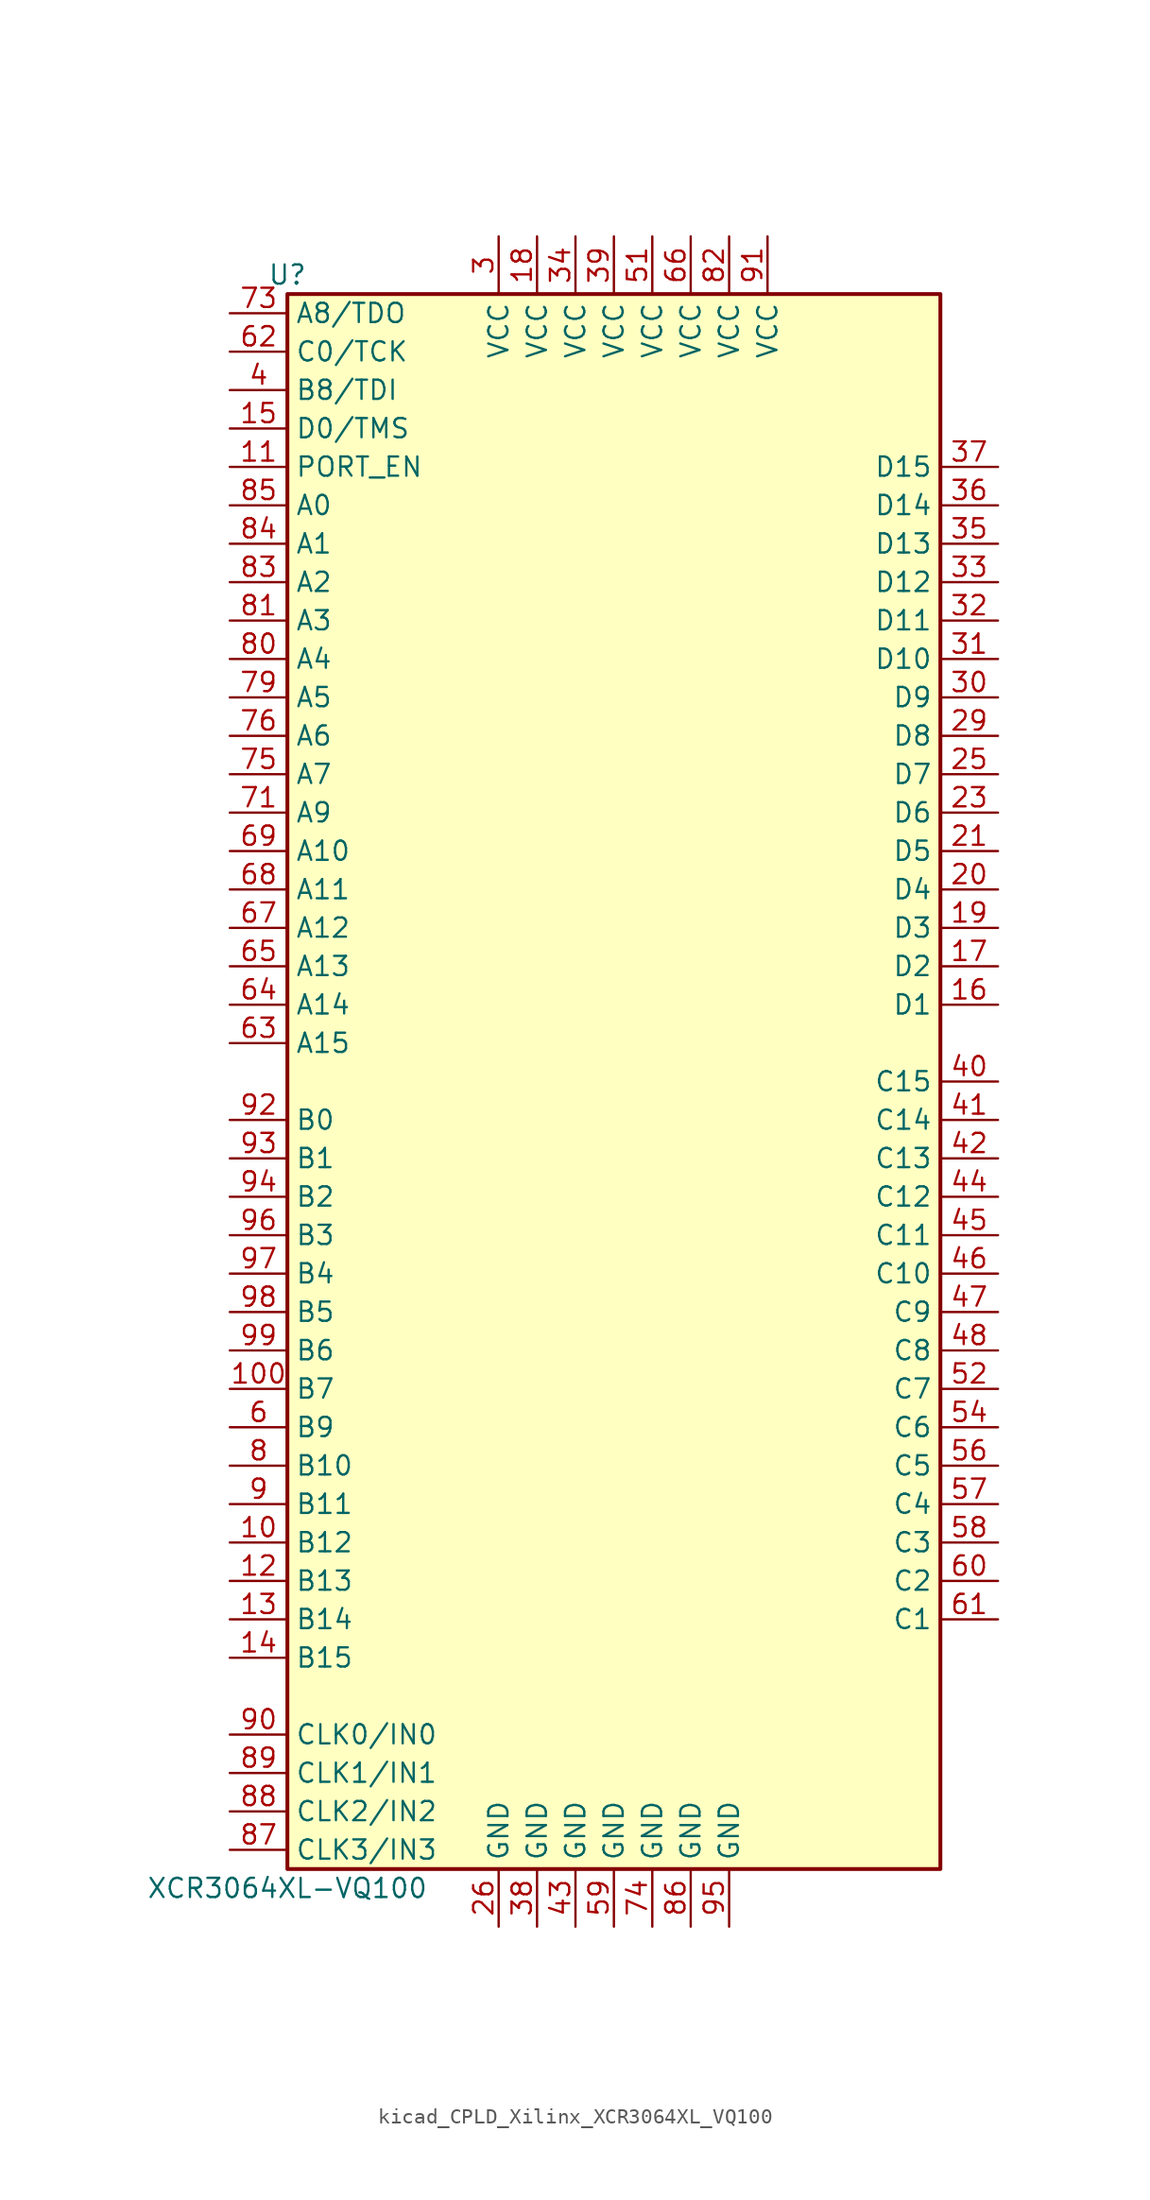
<source format=kicad_sym>
(kicad_symbol_lib
  (version 20220914)
  (generator kicad_symbol_editor)
  (symbol "kicad_CPLD_Xilinx_XCR3064XL_VQ100"
    (property "Reference" "U"
      (at -21.59 53.34 0)
      (effects (font (size 1.27 1.27))))
    (property "Value" "XCR3064XL-VQ100"
      (at -21.59 -53.34 0)
      (effects (font (size 1.27 1.27))))
    (symbol "kicad_CPLD_Xilinx_XCR3064XL_VQ100_1_1"
      (rectangle (start -21.59 52.07) (end 21.59 -52.07) (stroke (width 0.254) (type default)) (fill (type background)))
      (pin passive line (at -25.4 -30.48 0) (length 3.81) (name "B12" (effects (font (size 1.27 1.27)))) (number "10" (effects (font (size 1.27 1.27)))))
      (pin passive line (at -25.4 -20.32 0) (length 3.81) (name "B7" (effects (font (size 1.27 1.27)))) (number "100" (effects (font (size 1.27 1.27)))))
      (pin passive line (at -25.4 40.64 0) (length 3.81) (name "PORT_EN" (effects (font (size 1.27 1.27)))) (number "11" (effects (font (size 1.27 1.27)))))
      (pin passive line (at -25.4 -33.02 0) (length 3.81) (name "B13" (effects (font (size 1.27 1.27)))) (number "12" (effects (font (size 1.27 1.27)))))
      (pin passive line (at -25.4 -35.56 0) (length 3.81) (name "B14" (effects (font (size 1.27 1.27)))) (number "13" (effects (font (size 1.27 1.27)))))
      (pin passive line (at -25.4 -38.1 0) (length 3.81) (name "B15" (effects (font (size 1.27 1.27)))) (number "14" (effects (font (size 1.27 1.27)))))
      (pin passive line (at -25.4 43.18 0) (length 3.81) (name "D0/TMS" (effects (font (size 1.27 1.27)))) (number "15" (effects (font (size 1.27 1.27)))))
      (pin passive line (at 25.4 5.08 180) (length 3.81) (name "D1" (effects (font (size 1.27 1.27)))) (number "16" (effects (font (size 1.27 1.27)))))
      (pin passive line (at 25.4 7.62 180) (length 3.81) (name "D2" (effects (font (size 1.27 1.27)))) (number "17" (effects (font (size 1.27 1.27)))))
      (pin power_in line (at -5.08 55.88 270) (length 3.81) (name "VCC" (effects (font (size 1.27 1.27)))) (number "18" (effects (font (size 1.27 1.27)))))
      (pin passive line (at 25.4 10.16 180) (length 3.81) (name "D3" (effects (font (size 1.27 1.27)))) (number "19" (effects (font (size 1.27 1.27)))))
      (pin passive line (at 25.4 12.7 180) (length 3.81) (name "D4" (effects (font (size 1.27 1.27)))) (number "20" (effects (font (size 1.27 1.27)))))
      (pin passive line (at 25.4 15.24 180) (length 3.81) (name "D5" (effects (font (size 1.27 1.27)))) (number "21" (effects (font (size 1.27 1.27)))))
      (pin passive line (at 25.4 17.78 180) (length 3.81) (name "D6" (effects (font (size 1.27 1.27)))) (number "23" (effects (font (size 1.27 1.27)))))
      (pin passive line (at 25.4 20.32 180) (length 3.81) (name "D7" (effects (font (size 1.27 1.27)))) (number "25" (effects (font (size 1.27 1.27)))))
      (pin power_in line (at -7.62 -55.88 90) (length 3.81) (name "GND" (effects (font (size 1.27 1.27)))) (number "26" (effects (font (size 1.27 1.27)))))
      (pin passive line (at 25.4 22.86 180) (length 3.81) (name "D8" (effects (font (size 1.27 1.27)))) (number "29" (effects (font (size 1.27 1.27)))))
      (pin power_in line (at -7.62 55.88 270) (length 3.81) (name "VCC" (effects (font (size 1.27 1.27)))) (number "3" (effects (font (size 1.27 1.27)))))
      (pin passive line (at 25.4 25.4 180) (length 3.81) (name "D9" (effects (font (size 1.27 1.27)))) (number "30" (effects (font (size 1.27 1.27)))))
      (pin passive line (at 25.4 27.94 180) (length 3.81) (name "D10" (effects (font (size 1.27 1.27)))) (number "31" (effects (font (size 1.27 1.27)))))
      (pin passive line (at 25.4 30.48 180) (length 3.81) (name "D11" (effects (font (size 1.27 1.27)))) (number "32" (effects (font (size 1.27 1.27)))))
      (pin passive line (at 25.4 33.02 180) (length 3.81) (name "D12" (effects (font (size 1.27 1.27)))) (number "33" (effects (font (size 1.27 1.27)))))
      (pin power_in line (at -2.54 55.88 270) (length 3.81) (name "VCC" (effects (font (size 1.27 1.27)))) (number "34" (effects (font (size 1.27 1.27)))))
      (pin passive line (at 25.4 35.56 180) (length 3.81) (name "D13" (effects (font (size 1.27 1.27)))) (number "35" (effects (font (size 1.27 1.27)))))
      (pin passive line (at 25.4 38.1 180) (length 3.81) (name "D14" (effects (font (size 1.27 1.27)))) (number "36" (effects (font (size 1.27 1.27)))))
      (pin passive line (at 25.4 40.64 180) (length 3.81) (name "D15" (effects (font (size 1.27 1.27)))) (number "37" (effects (font (size 1.27 1.27)))))
      (pin power_in line (at -5.08 -55.88 90) (length 3.81) (name "GND" (effects (font (size 1.27 1.27)))) (number "38" (effects (font (size 1.27 1.27)))))
      (pin power_in line (at 0 55.88 270) (length 3.81) (name "VCC" (effects (font (size 1.27 1.27)))) (number "39" (effects (font (size 1.27 1.27)))))
      (pin passive line (at -25.4 45.72 0) (length 3.81) (name "B8/TDI" (effects (font (size 1.27 1.27)))) (number "4" (effects (font (size 1.27 1.27)))))
      (pin passive line (at 25.4 0 180) (length 3.81) (name "C15" (effects (font (size 1.27 1.27)))) (number "40" (effects (font (size 1.27 1.27)))))
      (pin passive line (at 25.4 -2.54 180) (length 3.81) (name "C14" (effects (font (size 1.27 1.27)))) (number "41" (effects (font (size 1.27 1.27)))))
      (pin passive line (at 25.4 -5.08 180) (length 3.81) (name "C13" (effects (font (size 1.27 1.27)))) (number "42" (effects (font (size 1.27 1.27)))))
      (pin power_in line (at -2.54 -55.88 90) (length 3.81) (name "GND" (effects (font (size 1.27 1.27)))) (number "43" (effects (font (size 1.27 1.27)))))
      (pin passive line (at 25.4 -7.62 180) (length 3.81) (name "C12" (effects (font (size 1.27 1.27)))) (number "44" (effects (font (size 1.27 1.27)))))
      (pin passive line (at 25.4 -10.16 180) (length 3.81) (name "C11" (effects (font (size 1.27 1.27)))) (number "45" (effects (font (size 1.27 1.27)))))
      (pin passive line (at 25.4 -12.7 180) (length 3.81) (name "C10" (effects (font (size 1.27 1.27)))) (number "46" (effects (font (size 1.27 1.27)))))
      (pin passive line (at 25.4 -15.24 180) (length 3.81) (name "C9" (effects (font (size 1.27 1.27)))) (number "47" (effects (font (size 1.27 1.27)))))
      (pin passive line (at 25.4 -17.78 180) (length 3.81) (name "C8" (effects (font (size 1.27 1.27)))) (number "48" (effects (font (size 1.27 1.27)))))
      (pin power_in line (at 2.54 55.88 270) (length 3.81) (name "VCC" (effects (font (size 1.27 1.27)))) (number "51" (effects (font (size 1.27 1.27)))))
      (pin passive line (at 25.4 -20.32 180) (length 3.81) (name "C7" (effects (font (size 1.27 1.27)))) (number "52" (effects (font (size 1.27 1.27)))))
      (pin passive line (at 25.4 -22.86 180) (length 3.81) (name "C6" (effects (font (size 1.27 1.27)))) (number "54" (effects (font (size 1.27 1.27)))))
      (pin passive line (at 25.4 -25.4 180) (length 3.81) (name "C5" (effects (font (size 1.27 1.27)))) (number "56" (effects (font (size 1.27 1.27)))))
      (pin passive line (at 25.4 -27.94 180) (length 3.81) (name "C4" (effects (font (size 1.27 1.27)))) (number "57" (effects (font (size 1.27 1.27)))))
      (pin passive line (at 25.4 -30.48 180) (length 3.81) (name "C3" (effects (font (size 1.27 1.27)))) (number "58" (effects (font (size 1.27 1.27)))))
      (pin power_in line (at 0 -55.88 90) (length 3.81) (name "GND" (effects (font (size 1.27 1.27)))) (number "59" (effects (font (size 1.27 1.27)))))
      (pin passive line (at -25.4 -22.86 0) (length 3.81) (name "B9" (effects (font (size 1.27 1.27)))) (number "6" (effects (font (size 1.27 1.27)))))
      (pin passive line (at 25.4 -33.02 180) (length 3.81) (name "C2" (effects (font (size 1.27 1.27)))) (number "60" (effects (font (size 1.27 1.27)))))
      (pin passive line (at 25.4 -35.56 180) (length 3.81) (name "C1" (effects (font (size 1.27 1.27)))) (number "61" (effects (font (size 1.27 1.27)))))
      (pin passive line (at -25.4 48.26 0) (length 3.81) (name "C0/TCK" (effects (font (size 1.27 1.27)))) (number "62" (effects (font (size 1.27 1.27)))))
      (pin passive line (at -25.4 2.54 0) (length 3.81) (name "A15" (effects (font (size 1.27 1.27)))) (number "63" (effects (font (size 1.27 1.27)))))
      (pin passive line (at -25.4 5.08 0) (length 3.81) (name "A14" (effects (font (size 1.27 1.27)))) (number "64" (effects (font (size 1.27 1.27)))))
      (pin passive line (at -25.4 7.62 0) (length 3.81) (name "A13" (effects (font (size 1.27 1.27)))) (number "65" (effects (font (size 1.27 1.27)))))
      (pin power_in line (at 5.08 55.88 270) (length 3.81) (name "VCC" (effects (font (size 1.27 1.27)))) (number "66" (effects (font (size 1.27 1.27)))))
      (pin passive line (at -25.4 10.16 0) (length 3.81) (name "A12" (effects (font (size 1.27 1.27)))) (number "67" (effects (font (size 1.27 1.27)))))
      (pin passive line (at -25.4 12.7 0) (length 3.81) (name "A11" (effects (font (size 1.27 1.27)))) (number "68" (effects (font (size 1.27 1.27)))))
      (pin passive line (at -25.4 15.24 0) (length 3.81) (name "A10" (effects (font (size 1.27 1.27)))) (number "69" (effects (font (size 1.27 1.27)))))
      (pin passive line (at -25.4 17.78 0) (length 3.81) (name "A9" (effects (font (size 1.27 1.27)))) (number "71" (effects (font (size 1.27 1.27)))))
      (pin passive line (at -25.4 50.8 0) (length 3.81) (name "A8/TDO" (effects (font (size 1.27 1.27)))) (number "73" (effects (font (size 1.27 1.27)))))
      (pin power_in line (at 2.54 -55.88 90) (length 3.81) (name "GND" (effects (font (size 1.27 1.27)))) (number "74" (effects (font (size 1.27 1.27)))))
      (pin passive line (at -25.4 20.32 0) (length 3.81) (name "A7" (effects (font (size 1.27 1.27)))) (number "75" (effects (font (size 1.27 1.27)))))
      (pin passive line (at -25.4 22.86 0) (length 3.81) (name "A6" (effects (font (size 1.27 1.27)))) (number "76" (effects (font (size 1.27 1.27)))))
      (pin passive line (at -25.4 25.4 0) (length 3.81) (name "A5" (effects (font (size 1.27 1.27)))) (number "79" (effects (font (size 1.27 1.27)))))
      (pin passive line (at -25.4 -25.4 0) (length 3.81) (name "B10" (effects (font (size 1.27 1.27)))) (number "8" (effects (font (size 1.27 1.27)))))
      (pin passive line (at -25.4 27.94 0) (length 3.81) (name "A4" (effects (font (size 1.27 1.27)))) (number "80" (effects (font (size 1.27 1.27)))))
      (pin passive line (at -25.4 30.48 0) (length 3.81) (name "A3" (effects (font (size 1.27 1.27)))) (number "81" (effects (font (size 1.27 1.27)))))
      (pin power_in line (at 7.62 55.88 270) (length 3.81) (name "VCC" (effects (font (size 1.27 1.27)))) (number "82" (effects (font (size 1.27 1.27)))))
      (pin passive line (at -25.4 33.02 0) (length 3.81) (name "A2" (effects (font (size 1.27 1.27)))) (number "83" (effects (font (size 1.27 1.27)))))
      (pin passive line (at -25.4 35.56 0) (length 3.81) (name "A1" (effects (font (size 1.27 1.27)))) (number "84" (effects (font (size 1.27 1.27)))))
      (pin passive line (at -25.4 38.1 0) (length 3.81) (name "A0" (effects (font (size 1.27 1.27)))) (number "85" (effects (font (size 1.27 1.27)))))
      (pin power_in line (at 5.08 -55.88 90) (length 3.81) (name "GND" (effects (font (size 1.27 1.27)))) (number "86" (effects (font (size 1.27 1.27)))))
      (pin input line (at -25.4 -50.8 0) (length 3.81) (name "CLK3/IN3" (effects (font (size 1.27 1.27)))) (number "87" (effects (font (size 1.27 1.27)))))
      (pin input line (at -25.4 -48.26 0) (length 3.81) (name "CLK2/IN2" (effects (font (size 1.27 1.27)))) (number "88" (effects (font (size 1.27 1.27)))))
      (pin input line (at -25.4 -45.72 0) (length 3.81) (name "CLK1/IN1" (effects (font (size 1.27 1.27)))) (number "89" (effects (font (size 1.27 1.27)))))
      (pin passive line (at -25.4 -27.94 0) (length 3.81) (name "B11" (effects (font (size 1.27 1.27)))) (number "9" (effects (font (size 1.27 1.27)))))
      (pin input line (at -25.4 -43.18 0) (length 3.81) (name "CLK0/IN0" (effects (font (size 1.27 1.27)))) (number "90" (effects (font (size 1.27 1.27)))))
      (pin power_in line (at 10.16 55.88 270) (length 3.81) (name "VCC" (effects (font (size 1.27 1.27)))) (number "91" (effects (font (size 1.27 1.27)))))
      (pin passive line (at -25.4 -2.54 0) (length 3.81) (name "B0" (effects (font (size 1.27 1.27)))) (number "92" (effects (font (size 1.27 1.27)))))
      (pin passive line (at -25.4 -5.08 0) (length 3.81) (name "B1" (effects (font (size 1.27 1.27)))) (number "93" (effects (font (size 1.27 1.27)))))
      (pin passive line (at -25.4 -7.62 0) (length 3.81) (name "B2" (effects (font (size 1.27 1.27)))) (number "94" (effects (font (size 1.27 1.27)))))
      (pin power_in line (at 7.62 -55.88 90) (length 3.81) (name "GND" (effects (font (size 1.27 1.27)))) (number "95" (effects (font (size 1.27 1.27)))))
      (pin passive line (at -25.4 -10.16 0) (length 3.81) (name "B3" (effects (font (size 1.27 1.27)))) (number "96" (effects (font (size 1.27 1.27)))))
      (pin passive line (at -25.4 -12.7 0) (length 3.81) (name "B4" (effects (font (size 1.27 1.27)))) (number "97" (effects (font (size 1.27 1.27)))))
      (pin passive line (at -25.4 -15.24 0) (length 3.81) (name "B5" (effects (font (size 1.27 1.27)))) (number "98" (effects (font (size 1.27 1.27)))))
      (pin passive line (at -25.4 -17.78 0) (length 3.81) (name "B6" (effects (font (size 1.27 1.27)))) (number "99" (effects (font (size 1.27 1.27))))))))
</source>
